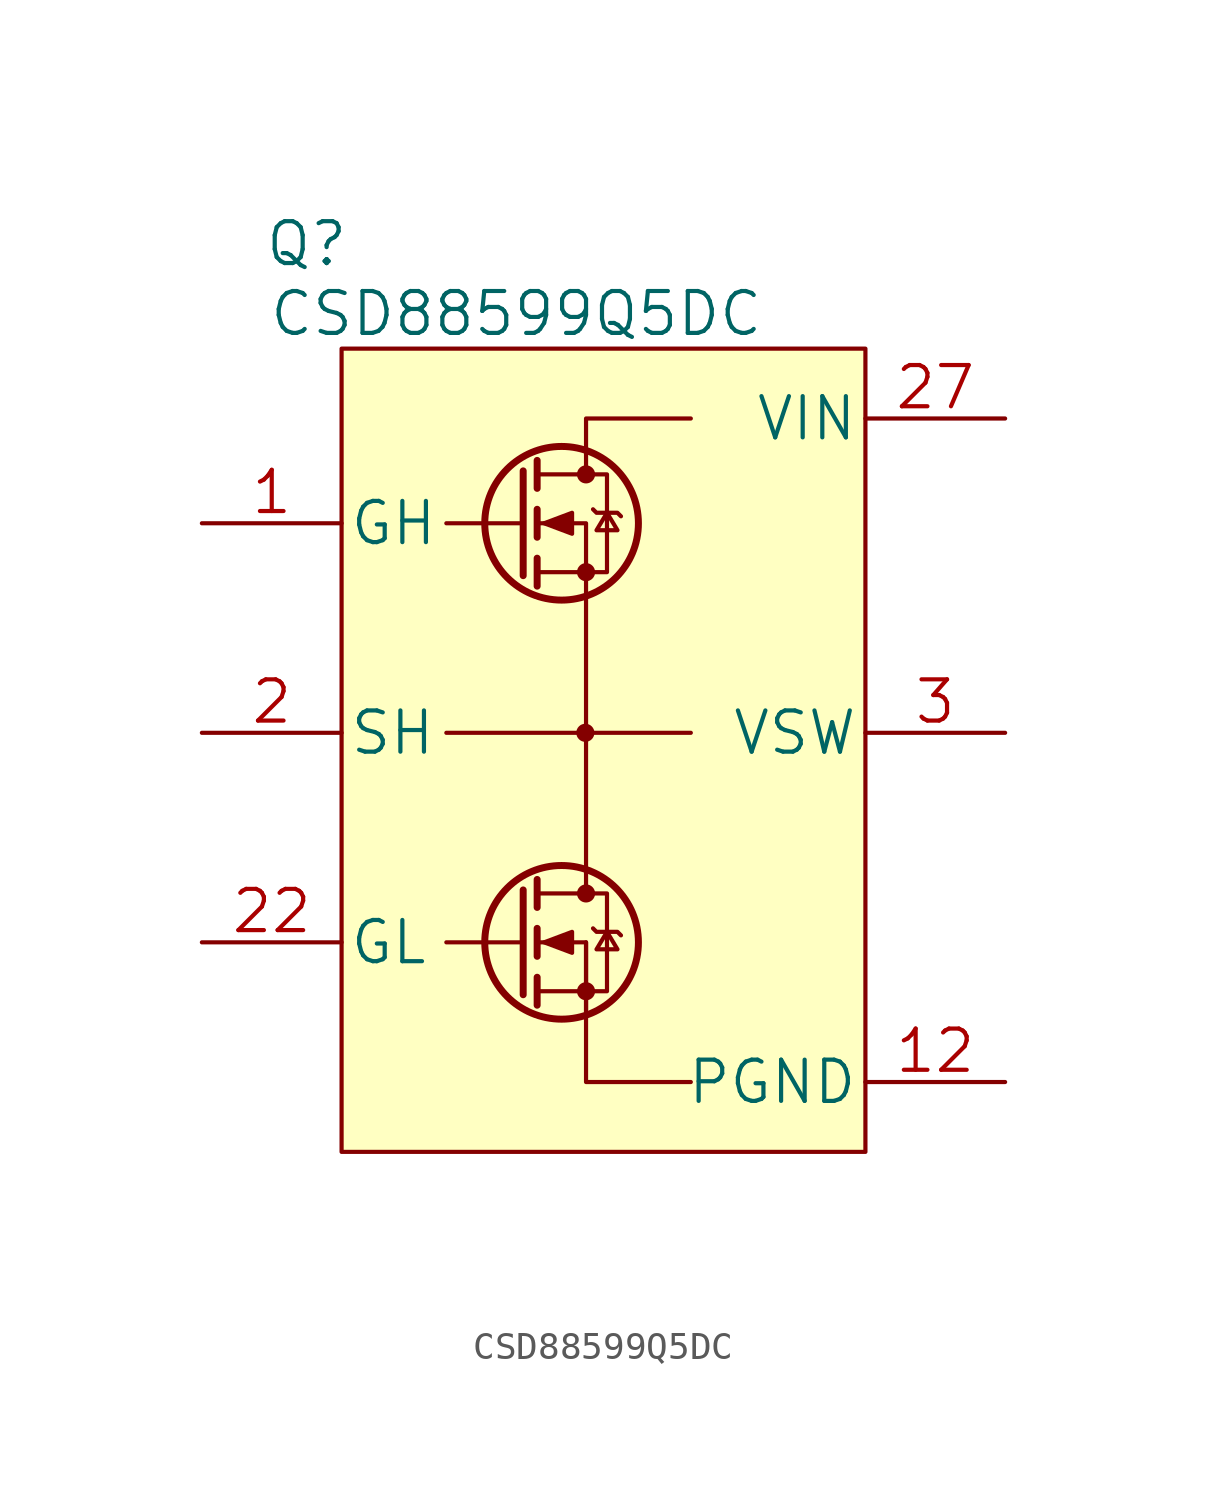
<source format=kicad_sym>
(kicad_symbol_lib
  (version 20231120)
  (generator "kicad_symbol_editor")
  (generator_version "8.0")
  (symbol "CSD88599Q5DC"
    (pin_names
      (offset 0.254))
    (property "Reference" "Q"
      (at -11.43 29.21 0)
      (effects (font (size 1.524 1.524))))
    (property "Value" "CSD88599Q5DC"
      (at -3.81 26.67 0)
      (effects (font (size 1.524 1.524))))
    (symbol "CSD88599Q5DC_0_1"
      (polyline (pts (xy -1.27 11.43) (xy -6.35 11.43)) (stroke (width 0) (type default)) (fill (type none)))
      (polyline (pts (xy -1.27 11.43) (xy 2.54 11.43)) (stroke (width 0) (type default)) (fill (type none)))
      (polyline (pts (xy -1.27 16.51) (xy -1.27 6.35)) (stroke (width 0) (type default)) (fill (type none)))
      (polyline (pts (xy -1.27 3.81) (xy -1.27 -1.27) (xy 2.54 -1.27)) (stroke (width 0) (type default)) (fill (type none)))
      (polyline (pts (xy -1.27 21.59) (xy -1.27 22.86) (xy 2.54 22.86)) (stroke (width 0) (type default)) (fill (type none))))
    (symbol "CSD88599Q5DC_1_1"
      (rectangle (start -10.16 25.4) (end 8.89 -3.81) (stroke (width 0) (type default)) (fill (type background)))
      (circle (center -2.159 3.81) (radius 2.794) (stroke (width 0.254) (type default)) (fill (type none)))
      (circle (center -2.159 19.05) (radius 2.794) (stroke (width 0.254) (type default)) (fill (type none)))
      (circle (center -1.295 11.43) (radius 0.254) (stroke (width 0) (type default)) (fill (type outline)))
      (circle (center -1.27 2.032) (radius 0.254) (stroke (width 0) (type default)) (fill (type outline)))
      (circle (center -1.27 5.588) (radius 0.254) (stroke (width 0) (type default)) (fill (type outline)))
      (circle (center -1.27 17.272) (radius 0.254) (stroke (width 0) (type default)) (fill (type outline)))
      (circle (center -1.27 20.828) (radius 0.254) (stroke (width 0) (type default)) (fill (type outline)))
      (polyline (pts (xy -3.556 3.81) (xy -6.35 3.81)) (stroke (width 0) (type default)) (fill (type none)))
      (polyline (pts (xy -3.556 5.715) (xy -3.556 1.905)) (stroke (width 0.254) (type default)) (fill (type none)))
      (polyline (pts (xy -3.556 19.05) (xy -6.35 19.05)) (stroke (width 0) (type default)) (fill (type none)))
      (polyline (pts (xy -3.556 20.955) (xy -3.556 17.145)) (stroke (width 0.254) (type default)) (fill (type none)))
      (polyline (pts (xy -3.048 2.54) (xy -3.048 1.524)) (stroke (width 0.254) (type default)) (fill (type none)))
      (polyline (pts (xy -3.048 4.318) (xy -3.048 3.302)) (stroke (width 0.254) (type default)) (fill (type none)))
      (polyline (pts (xy -3.048 6.096) (xy -3.048 5.08)) (stroke (width 0.254) (type default)) (fill (type none)))
      (polyline (pts (xy -3.048 17.78) (xy -3.048 16.764)) (stroke (width 0.254) (type default)) (fill (type none)))
      (polyline (pts (xy -3.048 19.558) (xy -3.048 18.542)) (stroke (width 0.254) (type default)) (fill (type none)))
      (polyline (pts (xy -3.048 21.336) (xy -3.048 20.32)) (stroke (width 0.254) (type default)) (fill (type none)))
      (polyline (pts (xy -1.27 6.35) (xy -1.27 5.588)) (stroke (width 0) (type default)) (fill (type none)))
      (polyline (pts (xy -1.27 21.59) (xy -1.27 20.828)) (stroke (width 0) (type default)) (fill (type none)))
      (polyline (pts (xy -1.27 1.27) (xy -1.27 3.81) (xy -3.048 3.81)) (stroke (width 0) (type default)) (fill (type none)))
      (polyline (pts (xy -1.27 16.51) (xy -1.27 19.05) (xy -3.048 19.05)) (stroke (width 0) (type default)) (fill (type none)))
      (polyline (pts (xy -3.048 2.032) (xy -0.508 2.032) (xy -0.508 5.588) (xy -3.048 5.588)) (stroke (width 0) (type default)) (fill (type none)))
      (polyline (pts (xy -3.048 17.272) (xy -0.508 17.272) (xy -0.508 20.828) (xy -3.048 20.828)) (stroke (width 0) (type default)) (fill (type none)))
      (polyline (pts (xy -2.794 3.81) (xy -1.778 4.191) (xy -1.778 3.429) (xy -2.794 3.81)) (stroke (width 0) (type default)) (fill (type outline)))
      (polyline (pts (xy -2.794 19.05) (xy -1.778 19.431) (xy -1.778 18.669) (xy -2.794 19.05)) (stroke (width 0) (type default)) (fill (type outline)))
      (polyline (pts (xy -1.016 4.318) (xy -0.889 4.191) (xy -0.127 4.191) (xy 0 4.064)) (stroke (width 0) (type default)) (fill (type none)))
      (polyline (pts (xy -1.016 19.558) (xy -0.889 19.431) (xy -0.127 19.431) (xy 0 19.304)) (stroke (width 0) (type default)) (fill (type none)))
      (polyline (pts (xy -0.508 4.191) (xy -0.889 3.556) (xy -0.127 3.556) (xy -0.508 4.191)) (stroke (width 0) (type default)) (fill (type none)))
      (polyline (pts (xy -0.508 19.431) (xy -0.889 18.796) (xy -0.127 18.796) (xy -0.508 19.431)) (stroke (width 0) (type default)) (fill (type none)))
      (pin input line (at -15.24 19.05 0) (length 5.08) (name "GH" (effects (font (size 1.499 1.499)))) (number "1" (effects (font (size 1.499 1.499)))))
      (pin passive line (at 13.97 11.43 180) (length 5.08) hide (name "VSW" (effects (font (size 1.499 1.499)))) (number "10" (effects (font (size 1.499 1.499)))))
      (pin passive line (at 13.97 11.43 180) (length 5.08) hide (name "VSW" (effects (font (size 1.499 1.499)))) (number "11" (effects (font (size 1.499 1.499)))))
      (pin passive line (at 13.97 -1.27 180) (length 5.08) (name "PGND" (effects (font (size 1.499 1.499)))) (number "12" (effects (font (size 1.499 1.499)))))
      (pin passive line (at 13.97 -1.27 180) (length 5.08) hide (name "PGND" (effects (font (size 1.499 1.499)))) (number "13" (effects (font (size 1.499 1.499)))))
      (pin passive line (at 13.97 -1.27 180) (length 5.08) hide (name "PGND" (effects (font (size 1.499 1.499)))) (number "14" (effects (font (size 1.499 1.499)))))
      (pin passive line (at 13.97 -1.27 180) (length 5.08) hide (name "PGND" (effects (font (size 1.499 1.499)))) (number "15" (effects (font (size 1.499 1.499)))))
      (pin passive line (at 13.97 -1.27 180) (length 5.08) hide (name "PGND" (effects (font (size 1.499 1.499)))) (number "16" (effects (font (size 1.499 1.499)))))
      (pin passive line (at 13.97 -1.27 180) (length 5.08) hide (name "PGND" (effects (font (size 1.499 1.499)))) (number "17" (effects (font (size 1.499 1.499)))))
      (pin passive line (at 13.97 -1.27 180) (length 5.08) hide (name "PGND" (effects (font (size 1.499 1.499)))) (number "18" (effects (font (size 1.499 1.499)))))
      (pin passive line (at 13.97 -1.27 180) (length 5.08) hide (name "PGND" (effects (font (size 1.499 1.499)))) (number "19" (effects (font (size 1.499 1.499)))))
      (pin output line (at -15.24 11.43 0) (length 5.08) (name "SH" (effects (font (size 1.499 1.499)))) (number "2" (effects (font (size 1.499 1.499)))))
      (pin passive line (at 13.97 -1.27 180) (length 5.08) hide (name "PGND" (effects (font (size 1.499 1.499)))) (number "20" (effects (font (size 1.499 1.499)))))
      (pin no_connect line (at -8.89 -6.35 90) (length 2.54) hide (name "NC" (effects (font (size 1.499 1.499)))) (number "21" (effects (font (size 1.499 1.499)))))
      (pin input line (at -15.24 3.81 0) (length 5.08) (name "GL" (effects (font (size 1.499 1.499)))) (number "22" (effects (font (size 1.499 1.499)))))
      (pin no_connect line (at -6.35 -6.35 90) (length 2.54) hide (name "NC" (effects (font (size 1.499 1.499)))) (number "23" (effects (font (size 1.499 1.499)))))
      (pin no_connect line (at -3.81 -6.35 90) (length 2.54) hide (name "NC" (effects (font (size 1.499 1.499)))) (number "24" (effects (font (size 1.499 1.499)))))
      (pin no_connect line (at -1.27 -6.35 90) (length 2.54) hide (name "NC" (effects (font (size 1.499 1.499)))) (number "25" (effects (font (size 1.499 1.499)))))
      (pin no_connect line (at 1.27 -6.35 90) (length 2.54) hide (name "NC" (effects (font (size 1.499 1.499)))) (number "26" (effects (font (size 1.499 1.499)))))
      (pin input line (at 13.97 22.86 180) (length 5.08) (name "VIN" (effects (font (size 1.499 1.499)))) (number "27" (effects (font (size 1.499 1.499)))))
      (pin passive line (at 13.97 11.43 180) (length 5.08) (name "VSW" (effects (font (size 1.499 1.499)))) (number "3" (effects (font (size 1.499 1.499)))))
      (pin passive line (at 13.97 11.43 180) (length 5.08) hide (name "VSW" (effects (font (size 1.499 1.499)))) (number "4" (effects (font (size 1.499 1.499)))))
      (pin passive line (at 13.97 11.43 180) (length 5.08) hide (name "VSW" (effects (font (size 1.499 1.499)))) (number "5" (effects (font (size 1.499 1.499)))))
      (pin passive line (at 13.97 11.43 180) (length 5.08) hide (name "VSW" (effects (font (size 1.499 1.499)))) (number "6" (effects (font (size 1.499 1.499)))))
      (pin passive line (at 13.97 11.43 180) (length 5.08) hide (name "VSW" (effects (font (size 1.499 1.499)))) (number "7" (effects (font (size 1.499 1.499)))))
      (pin passive line (at 13.97 11.43 180) (length 5.08) hide (name "VSW" (effects (font (size 1.499 1.499)))) (number "8" (effects (font (size 1.499 1.499)))))
      (pin passive line (at 13.97 11.43 180) (length 5.08) hide (name "VSW" (effects (font (size 1.499 1.499)))) (number "9" (effects (font (size 1.499 1.499))))))))
</source>
